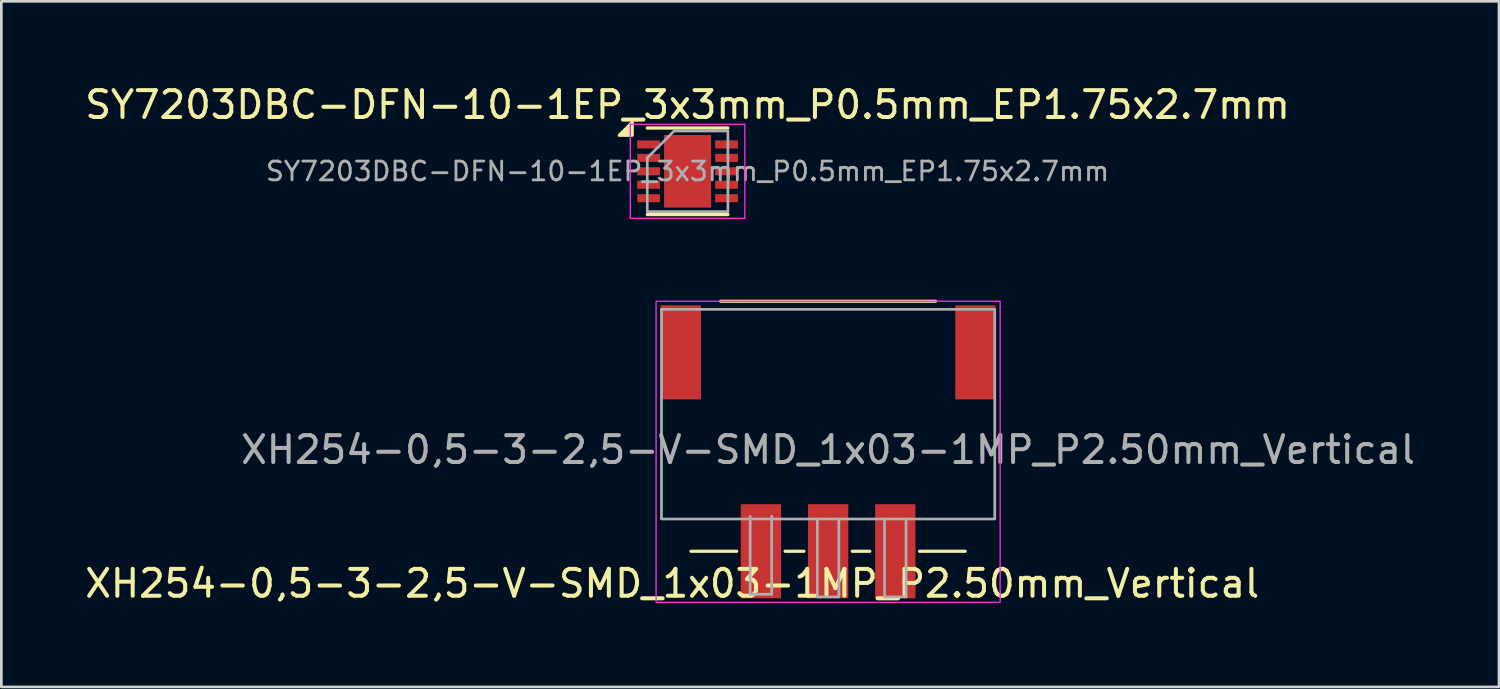
<source format=kicad_pcb>
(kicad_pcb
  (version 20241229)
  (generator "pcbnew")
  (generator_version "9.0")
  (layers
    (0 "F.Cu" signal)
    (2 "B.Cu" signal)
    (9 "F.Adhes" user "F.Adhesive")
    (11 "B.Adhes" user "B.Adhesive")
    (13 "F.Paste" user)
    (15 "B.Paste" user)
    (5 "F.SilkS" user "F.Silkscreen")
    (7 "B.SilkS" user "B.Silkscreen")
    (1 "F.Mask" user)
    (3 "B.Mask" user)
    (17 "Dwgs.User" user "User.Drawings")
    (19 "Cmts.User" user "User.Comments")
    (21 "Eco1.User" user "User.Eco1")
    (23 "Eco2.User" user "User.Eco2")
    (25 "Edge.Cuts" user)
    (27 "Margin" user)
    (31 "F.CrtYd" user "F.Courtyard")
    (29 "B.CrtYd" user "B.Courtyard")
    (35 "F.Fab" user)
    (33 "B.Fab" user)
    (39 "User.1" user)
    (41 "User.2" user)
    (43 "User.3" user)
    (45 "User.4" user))
  (footprint "SY7203DBC-DFN-10-1EP_3x3mm_P0.5mm_EP1.75x2.7mm"
    (layer "F.Cu")
    (at 22.53 3.323)
    (property "Reference" "SY7203DBC-DFN-10-1EP_3x3mm_P0.5mm_EP1.75x2.7mm" (at 0 -2.475 0) (layer "F.SilkS") (effects (font (size 1 1) (thickness 0.15))))
    (attr smd)
    (fp_line (start -1.5 -1.61) (end 1.5 -1.61) (stroke (width 0.12) (type solid)) (layer "F.SilkS"))
    (fp_line (start -1.5 1.61) (end 1.5 1.61) (stroke (width 0.12) (type solid)) (layer "F.SilkS"))
    (fp_poly (pts (xy -2.06 -1.34) (xy -2.54 -1.34) (xy -2.06 -1.82) (xy -2.06 -1.34)) (stroke (width 0.12) (type solid)) (fill yes) (layer "F.SilkS"))
    (fp_line (start -2.13 -1.75) (end -2.13 1.75) (stroke (width 0.05) (type solid)) (layer "F.CrtYd"))
    (fp_line (start -2.13 -1.75) (end 2.13 -1.75) (stroke (width 0.05) (type solid)) (layer "F.CrtYd"))
    (fp_line (start -2.13 1.75) (end 2.13 1.75) (stroke (width 0.05) (type solid)) (layer "F.CrtYd"))
    (fp_line (start 2.13 -1.75) (end 2.13 1.75) (stroke (width 0.05) (type solid)) (layer "F.CrtYd"))
    (fp_line (start -1.5 -0.5) (end -0.5 -1.5) (stroke (width 0.1) (type solid)) (layer "F.Fab"))
    (fp_line (start -1.5 1.5) (end -1.5 -0.5) (stroke (width 0.1) (type solid)) (layer "F.Fab"))
    (fp_line (start -0.5 -1.5) (end 1.5 -1.5) (stroke (width 0.1) (type solid)) (layer "F.Fab"))
    (fp_line (start 1.5 -1.5) (end 1.5 1.5) (stroke (width 0.1) (type solid)) (layer "F.Fab"))
    (fp_line (start 1.5 1.5) (end -1.5 1.5) (stroke (width 0.1) (type solid)) (layer "F.Fab"))
    (fp_text user "${REFERENCE}" (at 0 0 0) (layer "F.Fab") (effects (font (size 0.7 0.7) (thickness 0.105))))
    (pad "" smd rect (at -0.388 -0.62) (size 0.6 1.05) (layers "F.Paste"))
    (pad "" smd rect (at -0.388 0.62) (size 0.6 1.05) (layers "F.Paste"))
    (pad "" smd rect (at 0.388 -0.62) (size 0.6 1.05) (layers "F.Paste"))
    (pad "" smd rect (at 0.388 0.62) (size 0.6 1.05) (layers "F.Paste"))
    (pad "2" smd rect (at -1.45 -0.5) (size 0.85 0.3) (layers "F.Cu" "F.Mask" "F.Paste"))
    (pad "4" smd rect (at -1.45 0.5) (size 0.85 0.3) (layers "F.Cu" "F.Mask" "F.Paste"))
    (pad "5" smd rect (at -1.45 1) (size 0.85 0.3) (layers "F.Cu" "F.Mask" "F.Paste"))
    (pad "7" smd rect (at 1.45 0.5) (size 0.85 0.3) (layers "F.Cu" "F.Mask" "F.Paste"))
    (pad "8" smd rect (at 1.45 0) (size 0.85 0.3) (layers "F.Cu" "F.Mask" "F.Paste"))
    (pad "9" smd rect (at 1.45 -0.5) (size 0.85 0.3) (layers "F.Cu" "F.Mask" "F.Paste"))
    (pad "11" smd rect (at -1.45 -1) (size 0.85 0.3) (layers "F.Cu" "F.Mask" "F.Paste"))
    (pad "11" smd rect (at -1.45 0) (size 0.85 0.3) (layers "F.Cu" "F.Mask" "F.Paste"))
    (pad "11" smd rect (at 0 0) (size 1.75 2.7) (layers "F.Cu" "F.Mask"))
    (pad "11" smd rect (at 1.45 -1) (size 0.85 0.3) (layers "F.Cu" "F.Mask" "F.Paste"))
    (pad "11" smd rect (at 1.45 1) (size 0.85 0.3) (layers "F.Cu" "F.Mask" "F.Paste")))
  (footprint "XH254-0,5-3-2,5-V-SMD_1x03-1MP_P2.50mm_Vertical"
    (layer "F.Cu")
    (at 27.758 13.758)
    (property "Reference" "XH254-0,5-3-2,5-V-SMD_1x03-1MP_P2.50mm_Vertical" (at -5.8 4.9 0) (layer "F.SilkS") (effects (font (size 1 1) (thickness 0.15))))
    (attr smd)
    (fp_line (start -4 -5.6) (end 4 -5.6) (stroke (width 0.12) (type solid)) (layer "F.SilkS"))
    (fp_line (start -3.4 3.7) (end -5.1 3.7) (stroke (width 0.12) (type solid)) (layer "F.SilkS"))
    (fp_line (start -0.9 3.7) (end -1.6 3.7) (stroke (width 0.12) (type solid)) (layer "F.SilkS"))
    (fp_line (start 1.55 3.7) (end 0.9 3.7) (stroke (width 0.12) (type solid)) (layer "F.SilkS"))
    (fp_line (start 5.1 3.7) (end 3.4 3.7) (stroke (width 0.12) (type solid)) (layer "F.SilkS"))
    (fp_rect (start -6.4 -5.6) (end 6.4 5.6) (stroke (width 0.05) (type default)) (fill no) (layer "F.CrtYd"))
    (fp_line (start -2.9 2.4) (end -2.9 5.3) (stroke (width 0.1) (type solid)) (layer "F.Fab"))
    (fp_line (start -2.9 5.3) (end -2.1 5.3) (stroke (width 0.1) (type solid)) (layer "F.Fab"))
    (fp_line (start -2.1 2.4) (end -2.1 5.3) (stroke (width 0.1) (type solid)) (layer "F.Fab"))
    (fp_line (start -0.4 2.5) (end -0.4 5.4) (stroke (width 0.1) (type solid)) (layer "F.Fab"))
    (fp_line (start -0.4 5.4) (end 0.4 5.4) (stroke (width 0.1) (type solid)) (layer "F.Fab"))
    (fp_line (start 0.4 2.5) (end 0.4 5.4) (stroke (width 0.1) (type solid)) (layer "F.Fab"))
    (fp_line (start 2.1 2.5) (end 2.1 5.4) (stroke (width 0.1) (type solid)) (layer "F.Fab"))
    (fp_line (start 2.1 5.4) (end 2.9 5.4) (stroke (width 0.1) (type solid)) (layer "F.Fab"))
    (fp_line (start 2.9 2.5) (end 2.9 5.4) (stroke (width 0.1) (type solid)) (layer "F.Fab"))
    (fp_rect (start -6.2 -5.3) (end 6.2 2.5) (stroke (width 0.1) (type default)) (fill no) (layer "F.Fab"))
    (fp_text user "${REFERENCE}" (at 0 -0.075 0) (layer "F.Fab") (effects (font (size 1 1) (thickness 0.15))))
    (pad "1" smd rect (at -2.5 3.7 180) (size 1.5 3.5) (layers "F.Cu" "F.Mask" "F.Paste"))
    (pad "2" smd rect (at 0 3.7 180) (size 1.5 3.5) (layers "F.Cu" "F.Mask" "F.Paste"))
    (pad "3" smd rect (at 2.5 3.7 180) (size 1.5 3.5) (layers "F.Cu" "F.Mask" "F.Paste"))
    (pad "MP" smd rect (at -5.48 -3.7 180) (size 1.5 3.5) (layers "F.Cu" "F.Mask" "F.Paste"))
    (pad "MP" smd rect (at 5.48 -3.7 180) (size 1.5 3.5) (layers "F.Cu" "F.Mask" "F.Paste")))
  (gr_rect
    (start -3 -3)
    (end 52.717 22.506)
    (stroke (width 0.1) (type default))
    (fill no)
    (layer "Edge.Cuts")))
</source>
